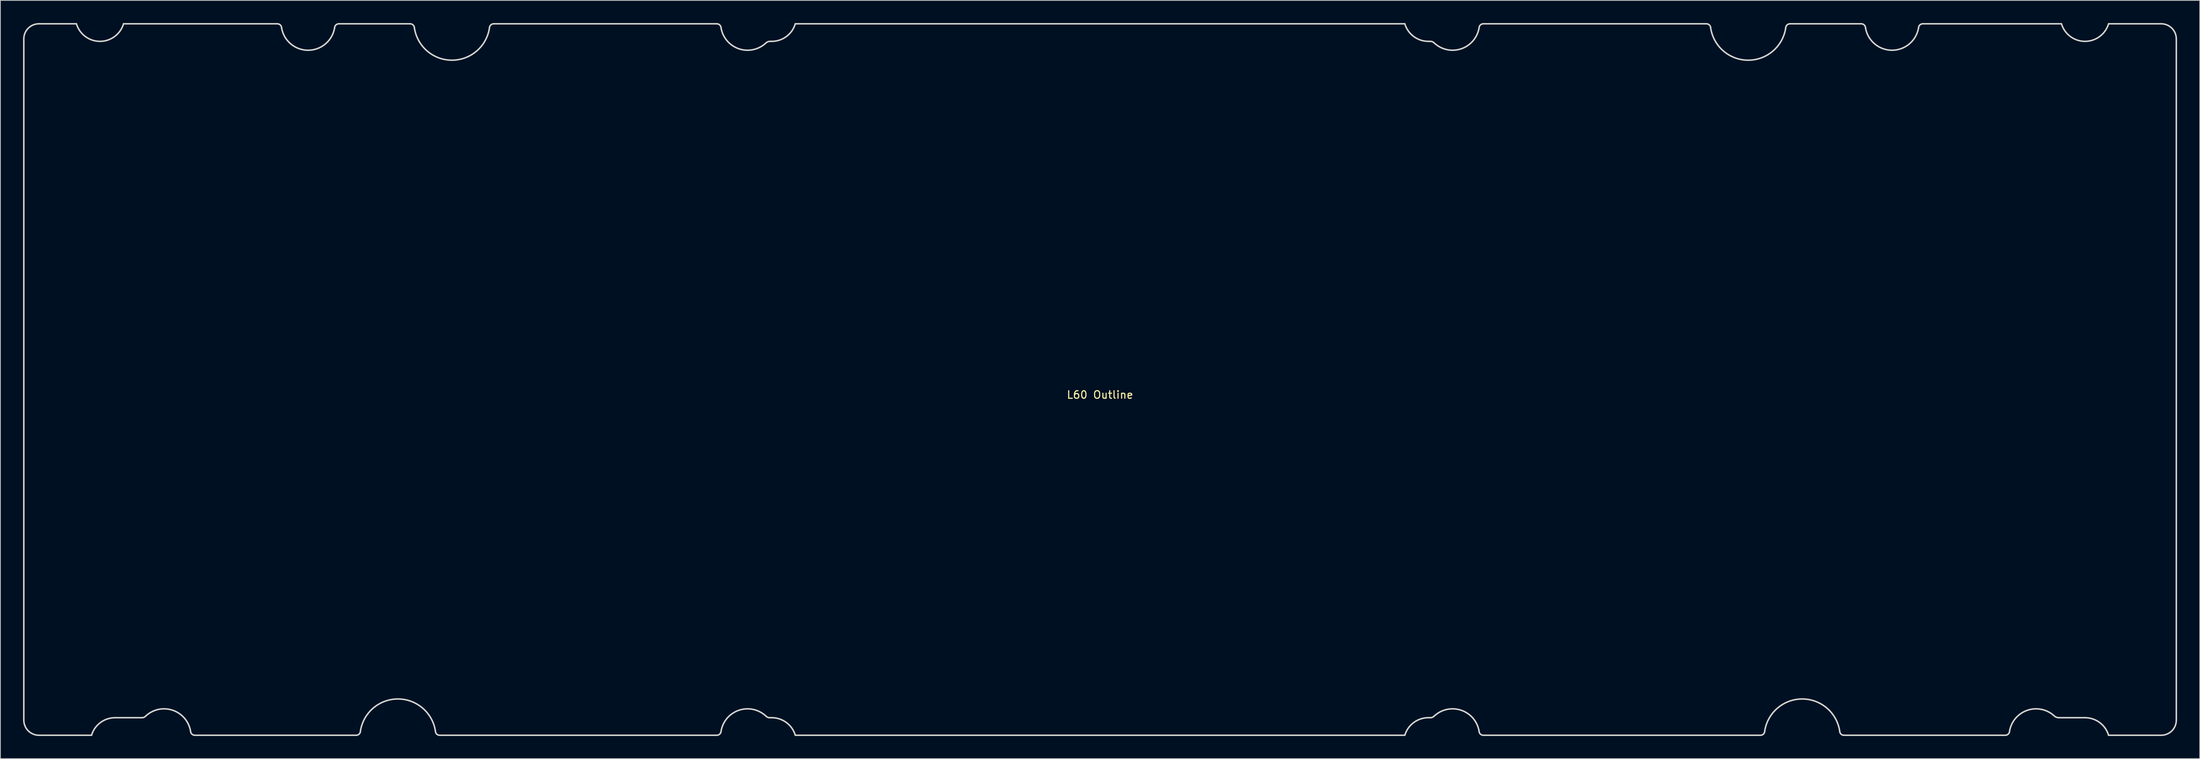
<source format=kicad_pcb>
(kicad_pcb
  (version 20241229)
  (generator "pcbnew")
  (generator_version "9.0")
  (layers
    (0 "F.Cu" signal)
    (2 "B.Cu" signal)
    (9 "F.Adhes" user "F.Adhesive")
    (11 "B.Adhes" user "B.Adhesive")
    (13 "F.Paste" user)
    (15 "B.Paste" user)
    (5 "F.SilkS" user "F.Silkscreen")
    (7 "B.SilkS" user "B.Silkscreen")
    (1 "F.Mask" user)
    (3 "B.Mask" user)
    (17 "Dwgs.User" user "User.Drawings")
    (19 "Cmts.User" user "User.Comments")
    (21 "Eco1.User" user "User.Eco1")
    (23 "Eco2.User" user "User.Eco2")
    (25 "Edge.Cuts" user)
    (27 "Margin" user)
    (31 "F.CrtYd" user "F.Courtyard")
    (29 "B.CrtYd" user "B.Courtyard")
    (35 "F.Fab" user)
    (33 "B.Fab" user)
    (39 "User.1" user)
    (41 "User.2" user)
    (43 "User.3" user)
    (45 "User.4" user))
  (footprint "L60 Outline"
    (layer "F.Cu")
    (at 142.442 49.725)
    (property "Reference" "L60 Outline" (at 0 -0.5 0) (unlocked yes) (layer "F.SilkS") (effects (font (size 1 1) (thickness 0.15))))
    (attr exclude_from_pos_files)
    (fp_line (start -142.342 -47.625) (end -142.342 42.575) (stroke (width 0.2) (type solid)) (layer "Edge.Cuts"))
    (fp_line (start -140.342 44.575) (end -133.383 44.575) (stroke (width 0.2) (type solid)) (layer "Edge.Cuts"))
    (fp_line (start -135.383 -49.625) (end -140.342 -49.625) (stroke (width 0.2) (type solid)) (layer "Edge.Cuts"))
    (fp_line (start -130.267 42.25) (end -126.692 42.25) (stroke (width 0.2) (type solid)) (layer "Edge.Cuts"))
    (fp_line (start -119.72 44.575) (end -98.376 44.575) (stroke (width 0.2) (type solid)) (layer "Edge.Cuts"))
    (fp_line (start -108.812 -49.625) (end -129.151 -49.625) (stroke (width 0.2) (type solid)) (layer "Edge.Cuts"))
    (fp_line (start -91.247 -49.625) (end -100.67 -49.625) (stroke (width 0.2) (type solid)) (layer "Edge.Cuts"))
    (fp_line (start -87.346 44.575) (end -50.688 44.575) (stroke (width 0.2) (type solid)) (layer "Edge.Cuts"))
    (fp_line (start -50.688 -49.625) (end -80.187 -49.625) (stroke (width 0.2) (type solid)) (layer "Edge.Cuts"))
    (fp_line (start -43.687 42.25) (end -43.417 42.25) (stroke (width 0.2) (type solid)) (layer "Edge.Cuts"))
    (fp_line (start -43.417 -47.3) (end -43.643 -47.3) (stroke (width 0.2) (type solid)) (layer "Edge.Cuts"))
    (fp_line (start -40.301 44.575) (end 40.317 44.575) (stroke (width 0.2) (type solid)) (layer "Edge.Cuts"))
    (fp_line (start 40.317 -49.625) (end -40.301 -49.625) (stroke (width 0.2) (type solid)) (layer "Edge.Cuts"))
    (fp_line (start 43.433 42.25) (end 43.701 42.25) (stroke (width 0.2) (type solid)) (layer "Edge.Cuts"))
    (fp_line (start 43.687 -47.3) (end 43.433 -47.3) (stroke (width 0.2) (type solid)) (layer "Edge.Cuts"))
    (fp_line (start 50.704 44.575) (end 87.362 44.575) (stroke (width 0.2) (type solid)) (layer "Edge.Cuts"))
    (fp_line (start 80.203 -49.625) (end 50.704 -49.625) (stroke (width 0.2) (type solid)) (layer "Edge.Cuts"))
    (fp_line (start 98.392 44.575) (end 119.736 44.575) (stroke (width 0.2) (type solid)) (layer "Edge.Cuts"))
    (fp_line (start 100.686 -49.625) (end 91.263 -49.625) (stroke (width 0.2) (type solid)) (layer "Edge.Cuts"))
    (fp_line (start 126.825 42.25) (end 130.282 42.25) (stroke (width 0.2) (type solid)) (layer "Edge.Cuts"))
    (fp_line (start 127.167 -49.625) (end 108.828 -49.625) (stroke (width 0.2) (type solid)) (layer "Edge.Cuts"))
    (fp_line (start 133.398 44.575) (end 140.358 44.575) (stroke (width 0.2) (type solid)) (layer "Edge.Cuts"))
    (fp_line (start 140.358 -49.625) (end 133.398 -49.625) (stroke (width 0.2) (type solid)) (layer "Edge.Cuts"))
    (fp_line (start 142.358 42.575) (end 142.358 -47.625) (stroke (width 0.2) (type solid)) (layer "Edge.Cuts"))
    (fp_arc (start -142.342492 -47.624993) (mid -141.756494 -49.038995) (end -140.342492 -49.624993) (stroke (width 0.2) (type solid)) (layer "Edge.Cuts"))
    (fp_arc (start -140.342492 44.575) (mid -141.756492 43.989) (end -142.342492 42.575) (stroke (width 0.2) (type solid)) (layer "Edge.Cuts"))
    (fp_arc (start -133.383493 44.575) (mid -132.211577 42.895063) (end -130.267492 42.249999) (stroke (width 0.2) (type solid)) (layer "Edge.Cuts"))
    (fp_arc (start -129.151494 -49.624993) (mid -132.267494 -47.299997) (end -135.383493 -49.624993) (stroke (width 0.2) (type solid)) (layer "Edge.Cuts"))
    (fp_arc (start -126.258493 42.069999) (mid -126.457636 42.203057) (end -126.692495 42.249999) (stroke (width 0.2) (type solid)) (layer "Edge.Cuts"))
    (fp_arc (start -126.258493 42.069999) (mid -122.695182 41.248101) (end -120.291494 44.004001) (stroke (width 0.2) (type solid)) (layer "Edge.Cuts"))
    (fp_arc (start -119.720495 44.575) (mid -120.124494 44.408) (end -120.291494 44.004001) (stroke (width 0.2) (type solid)) (layer "Edge.Cuts"))
    (fp_arc (start -108.812494 -49.624993) (mid -108.408491 -49.457997) (end -108.241495 -49.053994) (stroke (width 0.2) (type solid)) (layer "Edge.Cuts"))
    (fp_arc (start -101.241495 -49.053994) (mid -104.741495 -46.124993) (end -108.241495 -49.053994) (stroke (width 0.2) (type solid)) (layer "Edge.Cuts"))
    (fp_arc (start -101.241495 -49.053994) (mid -101.074499 -49.457997) (end -100.670495 -49.624993) (stroke (width 0.2) (type solid)) (layer "Edge.Cuts"))
    (fp_arc (start -97.820489 44.019) (mid -97.983494 44.412) (end -98.376497 44.575) (stroke (width 0.2) (type solid)) (layer "Edge.Cuts"))
    (fp_arc (start -97.820489 44.019) (mid -92.86149 39.770998) (end -87.90249 44.019) (stroke (width 0.2) (type solid)) (layer "Edge.Cuts"))
    (fp_arc (start -91.247491 -49.624993) (mid -90.843488 -49.457997) (end -90.676492 -49.053994) (stroke (width 0.2) (type solid)) (layer "Edge.Cuts"))
    (fp_arc (start -87.34649 44.575) (mid -87.739492 44.412002) (end -87.90249 44.019) (stroke (width 0.2) (type solid)) (layer "Edge.Cuts"))
    (fp_arc (start -80.758493 -49.053994) (mid -85.717493 -44.806002) (end -90.676492 -49.053994) (stroke (width 0.2) (type solid)) (layer "Edge.Cuts"))
    (fp_arc (start -80.758493 -49.053994) (mid -80.591497 -49.457997) (end -80.187494 -49.624993) (stroke (width 0.2) (type solid)) (layer "Edge.Cuts"))
    (fp_arc (start -50.688493 -49.624993) (mid -50.28449 -49.457997) (end -50.117494 -49.053994) (stroke (width 0.2) (type solid)) (layer "Edge.Cuts"))
    (fp_arc (start -50.117494 44.004001) (mid -50.284494 44.408) (end -50.688493 44.575) (stroke (width 0.2) (type solid)) (layer "Edge.Cuts"))
    (fp_arc (start -50.117494 44.004001) (mid -47.728134 41.253207) (end -44.172487 42.048999) (stroke (width 0.2) (type solid)) (layer "Edge.Cuts"))
    (fp_arc (start -44.20749 -47.066003) (mid -47.750885 -46.310792) (end -50.117494 -49.053994) (stroke (width 0.2) (type solid)) (layer "Edge.Cuts"))
    (fp_arc (start -44.20749 -47.066003) (mid -43.948694 -47.238922) (end -43.643495 -47.299996) (stroke (width 0.2) (type solid)) (layer "Edge.Cuts"))
    (fp_arc (start -43.687486 42.249999) (mid -43.95 42.197791) (end -44.172487 42.048999) (stroke (width 0.2) (type solid)) (layer "Edge.Cuts"))
    (fp_arc (start -43.417497 42.249999) (mid -41.473413 42.895062) (end -40.3015 44.575) (stroke (width 0.2) (type solid)) (layer "Edge.Cuts"))
    (fp_arc (start -40.3015 -49.624993) (mid -41.473416 -47.945061) (end -43.417497 -47.299996) (stroke (width 0.2) (type solid)) (layer "Edge.Cuts"))
    (fp_arc (start 40.316512 44.575) (mid 41.488417 42.895045) (end 43.432509 42.249999) (stroke (width 0.2) (type solid)) (layer "Edge.Cuts"))
    (fp_arc (start 43.432509 -47.299996) (mid 41.48841 -47.94505) (end 40.316512 -49.624993) (stroke (width 0.2) (type solid)) (layer "Edge.Cuts"))
    (fp_arc (start 43.686507 -47.299996) (mid 43.964139 -47.245144) (end 44.199507 -47.088006) (stroke (width 0.2) (type solid)) (layer "Edge.Cuts"))
    (fp_arc (start 44.189513 42.047) (mid 43.96505 42.196759) (end 43.700514 42.249999) (stroke (width 0.2) (type solid)) (layer "Edge.Cuts"))
    (fp_arc (start 44.189513 42.047) (mid 47.744655 41.253058) (end 50.132506 44.004001) (stroke (width 0.2) (type solid)) (layer "Edge.Cuts"))
    (fp_arc (start 50.132506 -49.053994) (mid 47.750929 -46.305812) (end 44.199507 -47.088006) (stroke (width 0.2) (type solid)) (layer "Edge.Cuts"))
    (fp_arc (start 50.132506 -49.053994) (mid 50.299511 -49.457988) (end 50.703505 -49.624993) (stroke (width 0.2) (type solid)) (layer "Edge.Cuts"))
    (fp_arc (start 50.703505 44.575) (mid 50.299509 44.407995) (end 50.132506 44.004001) (stroke (width 0.2) (type solid)) (layer "Edge.Cuts"))
    (fp_arc (start 80.202513 -49.624993) (mid 80.606494 -49.457981) (end 80.773512 -49.053994) (stroke (width 0.2) (type solid)) (layer "Edge.Cuts"))
    (fp_arc (start 87.91751 44.019) (mid 87.754516 44.412009) (end 87.36151 44.575) (stroke (width 0.2) (type solid)) (layer "Edge.Cuts"))
    (fp_arc (start 87.91751 44.019) (mid 92.87651 39.770997) (end 97.835509 44.019) (stroke (width 0.2) (type solid)) (layer "Edge.Cuts"))
    (fp_arc (start 90.691497 -49.053994) (mid 85.732505 -44.806004) (end 80.773512 -49.053994) (stroke (width 0.2) (type solid)) (layer "Edge.Cuts"))
    (fp_arc (start 90.691497 -49.053994) (mid 90.858507 -49.457997) (end 91.262511 -49.624993) (stroke (width 0.2) (type solid)) (layer "Edge.Cuts"))
    (fp_arc (start 98.391509 44.575) (mid 97.998498 44.412008) (end 97.835509 44.019) (stroke (width 0.2) (type solid)) (layer "Edge.Cuts"))
    (fp_arc (start 100.685515 -49.624993) (mid 101.089554 -49.458039) (end 101.256499 -49.053994) (stroke (width 0.2) (type solid)) (layer "Edge.Cuts"))
    (fp_arc (start 108.256499 -49.053994) (mid 104.756499 -46.124993) (end 101.256499 -49.053994) (stroke (width 0.2) (type solid)) (layer "Edge.Cuts"))
    (fp_arc (start 108.256499 -49.053994) (mid 108.423509 -49.457996) (end 108.827513 -49.624993) (stroke (width 0.2) (type solid)) (layer "Edge.Cuts"))
    (fp_arc (start 120.306517 44.004001) (mid 120.139505 44.408004) (end 119.735503 44.575) (stroke (width 0.2) (type solid)) (layer "Edge.Cuts"))
    (fp_arc (start 120.306517 44.004001) (mid 122.649454 41.268997) (end 126.179503 41.981997) (stroke (width 0.2) (type solid)) (layer "Edge.Cuts"))
    (fp_arc (start 126.825499 42.249999) (mid 126.475888 42.180152) (end 126.179503 41.981997) (stroke (width 0.2) (type solid)) (layer "Edge.Cuts"))
    (fp_arc (start 130.2825 42.249999) (mid 132.226574 42.895067) (end 133.398497 44.575) (stroke (width 0.2) (type solid)) (layer "Edge.Cuts"))
    (fp_arc (start 133.398497 -49.624993) (mid 130.2825 -47.299996) (end 127.166503 -49.624993) (stroke (width 0.2) (type solid)) (layer "Edge.Cuts"))
    (fp_arc (start 140.357512 -49.624993) (mid 141.77151 -49.038997) (end 142.357512 -47.624993) (stroke (width 0.2) (type solid)) (layer "Edge.Cuts"))
    (fp_arc (start 142.357512 42.575) (mid 141.771521 43.989013) (end 140.357512 44.575) (stroke (width 0.2) (type solid)) (layer "Edge.Cuts")))
  (gr_rect
    (start -3 -3)
    (end 287.9 97.4)
    (stroke (width 0.1) (type default))
    (fill no)
    (layer "Edge.Cuts")))
</source>
